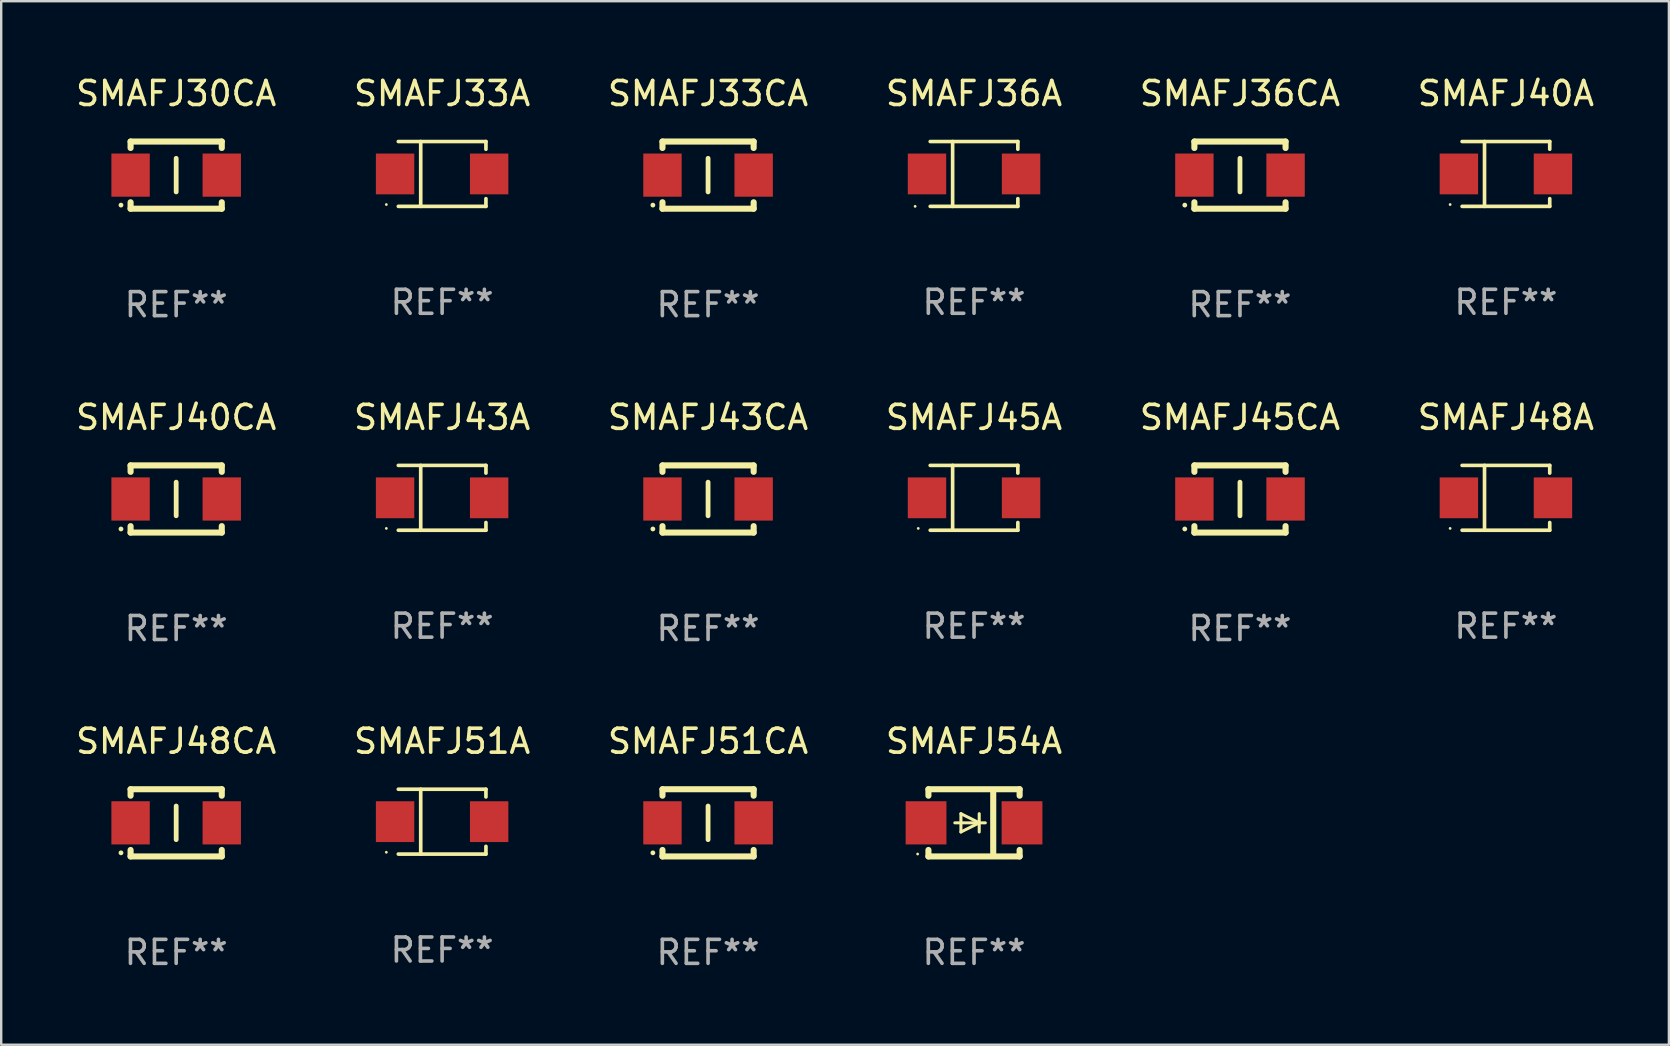
<source format=kicad_pcb>
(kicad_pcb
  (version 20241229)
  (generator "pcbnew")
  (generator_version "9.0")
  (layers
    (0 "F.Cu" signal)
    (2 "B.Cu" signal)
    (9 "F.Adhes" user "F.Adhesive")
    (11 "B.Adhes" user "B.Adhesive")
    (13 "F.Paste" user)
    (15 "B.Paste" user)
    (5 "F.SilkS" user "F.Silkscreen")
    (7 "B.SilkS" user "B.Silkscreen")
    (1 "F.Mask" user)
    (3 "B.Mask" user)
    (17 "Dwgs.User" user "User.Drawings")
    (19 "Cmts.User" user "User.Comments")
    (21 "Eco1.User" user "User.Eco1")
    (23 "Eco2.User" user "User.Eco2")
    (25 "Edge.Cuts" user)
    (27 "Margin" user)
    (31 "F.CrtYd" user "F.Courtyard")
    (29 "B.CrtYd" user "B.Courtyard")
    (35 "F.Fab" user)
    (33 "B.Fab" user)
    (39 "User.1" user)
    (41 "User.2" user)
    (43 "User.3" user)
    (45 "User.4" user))
  (footprint "SMAFJ51CA"
    (layer "F.Cu")
    (at 26.458 31.241)
    (property "Reference" "SMAFJ51CA" (at 0 -3.4 0) (layer "F.SilkS") (effects (font (size 1 1) (thickness 0.15))))
    (attr through_hole)
    (fp_line (start -1.9 -1.4) (end -1.9 -1.131) (stroke (width 0.254) (type solid)) (layer "F.SilkS"))
    (fp_line (start -1.9 -1.4) (end 1.9 -1.4) (stroke (width 0.254) (type solid)) (layer "F.SilkS"))
    (fp_line (start -1.9 1.131) (end -1.9 1.4) (stroke (width 0.254) (type solid)) (layer "F.SilkS"))
    (fp_line (start -1.9 1.4) (end 1.9 1.4) (stroke (width 0.254) (type solid)) (layer "F.SilkS"))
    (fp_line (start 0 -0.7) (end 0 0.7) (stroke (width 0.2) (type solid)) (layer "F.SilkS"))
    (fp_line (start 1.9 -1.4) (end 1.9 -1.131) (stroke (width 0.254) (type solid)) (layer "F.SilkS"))
    (fp_line (start 1.9 1.131) (end 1.9 1.4) (stroke (width 0.254) (type solid)) (layer "F.SilkS"))
    (fp_circle (center -2.3 1.25) (end -2.25 1.25) (stroke (width 0.1) (type solid)) (fill no) (layer "F.SilkS"))
    (fp_text user "REF**" (at 0 5.4 0) (layer "F.Fab") (effects (font (size 1 1) (thickness 0.15))))
    (pad "1" smd rect (at -1.9 0 180) (size 1.6 1.8) (layers "F.Cu" "F.Mask" "F.Paste"))
    (pad "2" smd rect (at 1.9 0 180) (size 1.6 1.8) (layers "F.Cu" "F.Mask" "F.Paste")))
  (footprint "SMAFJ43CA"
    (layer "F.Cu")
    (at 26.458 17.745)
    (property "Reference" "SMAFJ43CA" (at 0 -3.4 0) (layer "F.SilkS") (effects (font (size 1 1) (thickness 0.15))))
    (attr through_hole)
    (fp_line (start -1.9 -1.4) (end -1.9 -1.131) (stroke (width 0.254) (type solid)) (layer "F.SilkS"))
    (fp_line (start -1.9 -1.4) (end 1.9 -1.4) (stroke (width 0.254) (type solid)) (layer "F.SilkS"))
    (fp_line (start -1.9 1.131) (end -1.9 1.4) (stroke (width 0.254) (type solid)) (layer "F.SilkS"))
    (fp_line (start -1.9 1.4) (end 1.9 1.4) (stroke (width 0.254) (type solid)) (layer "F.SilkS"))
    (fp_line (start 0 -0.7) (end 0 0.7) (stroke (width 0.2) (type solid)) (layer "F.SilkS"))
    (fp_line (start 1.9 -1.4) (end 1.9 -1.131) (stroke (width 0.254) (type solid)) (layer "F.SilkS"))
    (fp_line (start 1.9 1.131) (end 1.9 1.4) (stroke (width 0.254) (type solid)) (layer "F.SilkS"))
    (fp_circle (center -2.3 1.25) (end -2.25 1.25) (stroke (width 0.1) (type solid)) (fill no) (layer "F.SilkS"))
    (fp_text user "REF**" (at 0 5.4 0) (layer "F.Fab") (effects (font (size 1 1) (thickness 0.15))))
    (pad "1" smd rect (at -1.9 0 180) (size 1.6 1.8) (layers "F.Cu" "F.Mask" "F.Paste"))
    (pad "2" smd rect (at 1.9 0 180) (size 1.6 1.8) (layers "F.Cu" "F.Mask" "F.Paste")))
  (footprint "SMAFJ36A"
    (layer "F.Cu")
    (at 37.542 4.199)
    (property "Reference" "SMAFJ36A" (at 0 -3.351 0) (layer "F.SilkS") (effects (font (size 1 1) (thickness 0.15))))
    (attr through_hole)
    (fp_line (start -1.826 -1.351) (end 1.826 -1.351) (stroke (width 0.152) (type solid)) (layer "F.SilkS"))
    (fp_line (start -1.826 1.351) (end 1.826 1.351) (stroke (width 0.152) (type solid)) (layer "F.SilkS"))
    (fp_line (start -0.892 -1.351) (end -0.892 1.351) (stroke (width 0.152) (type solid)) (layer "F.SilkS"))
    (fp_line (start 1.826 -1.351) (end 1.826 -1.03) (stroke (width 0.152) (type solid)) (layer "F.SilkS"))
    (fp_line (start 1.826 1.03) (end 1.826 1.351) (stroke (width 0.152) (type solid)) (layer "F.SilkS"))
    (fp_circle (center -2.455 1.35) (end -2.425 1.35) (stroke (width 0.06) (type solid)) (fill no) (layer "F.SilkS"))
    (fp_text user "REF**" (at 0 5.351 0) (layer "F.Fab") (effects (font (size 1 1) (thickness 0.15))))
    (pad "1" smd rect (at -1.96 0.000102 180) (size 1.6 1.7) (layers "F.Cu" "F.Mask" "F.Paste"))
    (pad "2" smd rect (at 1.96 0.000102 180) (size 1.6 1.7) (layers "F.Cu" "F.Mask" "F.Paste")))
  (footprint "SMAFJ45A"
    (layer "F.Cu")
    (at 37.542 17.696)
    (property "Reference" "SMAFJ45A" (at 0 -3.351 0) (layer "F.SilkS") (effects (font (size 1 1) (thickness 0.15))))
    (attr through_hole)
    (fp_line (start -1.826 -1.351) (end 1.826 -1.351) (stroke (width 0.152) (type solid)) (layer "F.SilkS"))
    (fp_line (start -1.826 1.351) (end 1.826 1.351) (stroke (width 0.152) (type solid)) (layer "F.SilkS"))
    (fp_line (start -0.892 -1.351) (end -0.892 1.351) (stroke (width 0.152) (type solid)) (layer "F.SilkS"))
    (fp_line (start 1.826 -1.351) (end 1.826 -1.03) (stroke (width 0.152) (type solid)) (layer "F.SilkS"))
    (fp_line (start 1.826 1.03) (end 1.826 1.351) (stroke (width 0.152) (type solid)) (layer "F.SilkS"))
    (fp_circle (center -2.325 1.275) (end -2.295 1.275) (stroke (width 0.06) (type solid)) (fill no) (layer "F.SilkS"))
    (fp_text user "REF**" (at 0 5.351 0) (layer "F.Fab") (effects (font (size 1 1) (thickness 0.15))))
    (pad "1" smd rect (at -1.96 0 180) (size 1.6 1.7) (layers "F.Cu" "F.Mask" "F.Paste"))
    (pad "2" smd rect (at 1.96 0 180) (size 1.6 1.7) (layers "F.Cu" "F.Mask" "F.Paste")))
  (footprint "SMAFJ51A"
    (layer "F.Cu")
    (at 15.375 31.192)
    (property "Reference" "SMAFJ51A" (at 0 -3.351 0) (layer "F.SilkS") (effects (font (size 1 1) (thickness 0.15))))
    (attr through_hole)
    (fp_line (start -1.826 -1.351) (end 1.826 -1.351) (stroke (width 0.152) (type solid)) (layer "F.SilkS"))
    (fp_line (start -1.826 1.351) (end 1.826 1.351) (stroke (width 0.152) (type solid)) (layer "F.SilkS"))
    (fp_line (start -0.892 -1.351) (end -0.892 1.351) (stroke (width 0.152) (type solid)) (layer "F.SilkS"))
    (fp_line (start 1.826 -1.351) (end 1.826 -1.03) (stroke (width 0.152) (type solid)) (layer "F.SilkS"))
    (fp_line (start 1.826 1.03) (end 1.826 1.351) (stroke (width 0.152) (type solid)) (layer "F.SilkS"))
    (fp_circle (center -2.325 1.275) (end -2.295 1.275) (stroke (width 0.06) (type solid)) (fill no) (layer "F.SilkS"))
    (fp_text user "REF**" (at 0 5.351 0) (layer "F.Fab") (effects (font (size 1 1) (thickness 0.15))))
    (pad "1" smd rect (at -1.96 0 180) (size 1.6 1.7) (layers "F.Cu" "F.Mask" "F.Paste"))
    (pad "2" smd rect (at 1.96 0 180) (size 1.6 1.7) (layers "F.Cu" "F.Mask" "F.Paste")))
  (footprint "SMAFJ54A"
    (layer "F.Cu")
    (at 37.542 31.241)
    (property "Reference" "SMAFJ54A" (at 0 -3.4 0) (layer "F.SilkS") (effects (font (size 1 1) (thickness 0.15))))
    (attr through_hole)
    (fp_line (start -1.9 -1.4) (end -1.9 -1.131) (stroke (width 0.254) (type solid)) (layer "F.SilkS"))
    (fp_line (start -1.9 -1.4) (end 1.9 -1.4) (stroke (width 0.254) (type solid)) (layer "F.SilkS"))
    (fp_line (start -1.9 1.131) (end -1.9 1.4) (stroke (width 0.254) (type solid)) (layer "F.SilkS"))
    (fp_line (start -1.9 1.4) (end 1.9 1.4) (stroke (width 0.254) (type solid)) (layer "F.SilkS"))
    (fp_line (start -0.8 0) (end 0.47 0) (stroke (width 0.127) (type solid)) (layer "F.SilkS"))
    (fp_line (start -0.546 -0.381) (end 0.216 0) (stroke (width 0.127) (type solid)) (layer "F.SilkS"))
    (fp_line (start -0.546 0) (end -0.546 -0.381) (stroke (width 0.127) (type solid)) (layer "F.SilkS"))
    (fp_line (start -0.546 0) (end -0.546 0.381) (stroke (width 0.127) (type solid)) (layer "F.SilkS"))
    (fp_line (start -0.546 0.381) (end 0.216 0) (stroke (width 0.127) (type solid)) (layer "F.SilkS"))
    (fp_line (start 0.216 0) (end 0.216 -0.381) (stroke (width 0.127) (type solid)) (layer "F.SilkS"))
    (fp_line (start 0.216 0) (end 0.216 0.381) (stroke (width 0.127) (type solid)) (layer "F.SilkS"))
    (fp_line (start 0.8 1.25) (end 0.8 -1.25) (stroke (width 0.254) (type solid)) (layer "F.SilkS"))
    (fp_line (start 1.9 -1.4) (end 1.9 -1.131) (stroke (width 0.254) (type solid)) (layer "F.SilkS"))
    (fp_line (start 1.9 1.131) (end 1.9 1.4) (stroke (width 0.254) (type solid)) (layer "F.SilkS"))
    (fp_circle (center -2.35 1.3) (end -2.32 1.3) (stroke (width 0.06) (type solid)) (fill no) (layer "F.SilkS"))
    (fp_text user "REF**" (at 0 5.4 0) (layer "F.Fab") (effects (font (size 1 1) (thickness 0.15))))
    (pad "1" smd rect (at -2 0 180) (size 1.7 1.8) (layers "F.Cu" "F.Mask" "F.Paste"))
    (pad "2" smd rect (at 2 0 180) (size 1.7 1.8) (layers "F.Cu" "F.Mask" "F.Paste")))
  (footprint "SMAFJ45CA"
    (layer "F.Cu")
    (at 48.625 17.745)
    (property "Reference" "SMAFJ45CA" (at 0 -3.4 0) (layer "F.SilkS") (effects (font (size 1 1) (thickness 0.15))))
    (attr through_hole)
    (fp_line (start -1.9 -1.4) (end -1.9 -1.131) (stroke (width 0.254) (type solid)) (layer "F.SilkS"))
    (fp_line (start -1.9 -1.4) (end 1.9 -1.4) (stroke (width 0.254) (type solid)) (layer "F.SilkS"))
    (fp_line (start -1.9 1.131) (end -1.9 1.4) (stroke (width 0.254) (type solid)) (layer "F.SilkS"))
    (fp_line (start -1.9 1.4) (end 1.9 1.4) (stroke (width 0.254) (type solid)) (layer "F.SilkS"))
    (fp_line (start 0 -0.7) (end 0 0.7) (stroke (width 0.2) (type solid)) (layer "F.SilkS"))
    (fp_line (start 1.9 -1.4) (end 1.9 -1.131) (stroke (width 0.254) (type solid)) (layer "F.SilkS"))
    (fp_line (start 1.9 1.131) (end 1.9 1.4) (stroke (width 0.254) (type solid)) (layer "F.SilkS"))
    (fp_circle (center -2.3 1.25) (end -2.25 1.25) (stroke (width 0.1) (type solid)) (fill no) (layer "F.SilkS"))
    (fp_text user "REF**" (at 0 5.4 0) (layer "F.Fab") (effects (font (size 1 1) (thickness 0.15))))
    (pad "1" smd rect (at -1.9 0 180) (size 1.6 1.8) (layers "F.Cu" "F.Mask" "F.Paste"))
    (pad "2" smd rect (at 1.9 0 180) (size 1.6 1.8) (layers "F.Cu" "F.Mask" "F.Paste")))
  (footprint "SMAFJ48CA"
    (layer "F.Cu")
    (at 4.292 31.241)
    (property "Reference" "SMAFJ48CA" (at 0 -3.4 0) (layer "F.SilkS") (effects (font (size 1 1) (thickness 0.15))))
    (attr through_hole)
    (fp_line (start -1.9 -1.4) (end -1.9 -1.131) (stroke (width 0.254) (type solid)) (layer "F.SilkS"))
    (fp_line (start -1.9 -1.4) (end 1.9 -1.4) (stroke (width 0.254) (type solid)) (layer "F.SilkS"))
    (fp_line (start -1.9 1.131) (end -1.9 1.4) (stroke (width 0.254) (type solid)) (layer "F.SilkS"))
    (fp_line (start -1.9 1.4) (end 1.9 1.4) (stroke (width 0.254) (type solid)) (layer "F.SilkS"))
    (fp_line (start 0 -0.7) (end 0 0.7) (stroke (width 0.2) (type solid)) (layer "F.SilkS"))
    (fp_line (start 1.9 -1.4) (end 1.9 -1.131) (stroke (width 0.254) (type solid)) (layer "F.SilkS"))
    (fp_line (start 1.9 1.131) (end 1.9 1.4) (stroke (width 0.254) (type solid)) (layer "F.SilkS"))
    (fp_circle (center -2.3 1.25) (end -2.25 1.25) (stroke (width 0.1) (type solid)) (fill no) (layer "F.SilkS"))
    (fp_text user "REF**" (at 0 5.4 0) (layer "F.Fab") (effects (font (size 1 1) (thickness 0.15))))
    (pad "1" smd rect (at -1.9 0 180) (size 1.6 1.8) (layers "F.Cu" "F.Mask" "F.Paste"))
    (pad "2" smd rect (at 1.9 0 180) (size 1.6 1.8) (layers "F.Cu" "F.Mask" "F.Paste")))
  (footprint "SMAFJ30CA"
    (layer "F.Cu")
    (at 4.292 4.248)
    (property "Reference" "SMAFJ30CA" (at 0 -3.4 0) (layer "F.SilkS") (effects (font (size 1 1) (thickness 0.15))))
    (attr through_hole)
    (fp_line (start -1.9 -1.4) (end -1.9 -1.131) (stroke (width 0.254) (type solid)) (layer "F.SilkS"))
    (fp_line (start -1.9 -1.4) (end 1.9 -1.4) (stroke (width 0.254) (type solid)) (layer "F.SilkS"))
    (fp_line (start -1.9 1.131) (end -1.9 1.4) (stroke (width 0.254) (type solid)) (layer "F.SilkS"))
    (fp_line (start -1.9 1.4) (end 1.9 1.4) (stroke (width 0.254) (type solid)) (layer "F.SilkS"))
    (fp_line (start 0 -0.7) (end 0 0.7) (stroke (width 0.2) (type solid)) (layer "F.SilkS"))
    (fp_line (start 1.9 -1.4) (end 1.9 -1.131) (stroke (width 0.254) (type solid)) (layer "F.SilkS"))
    (fp_line (start 1.9 1.131) (end 1.9 1.4) (stroke (width 0.254) (type solid)) (layer "F.SilkS"))
    (fp_circle (center -2.3 1.25) (end -2.25 1.25) (stroke (width 0.1) (type solid)) (fill no) (layer "F.SilkS"))
    (fp_text user "REF**" (at 0 5.4 0) (layer "F.Fab") (effects (font (size 1 1) (thickness 0.15))))
    (pad "1" smd rect (at -1.9 0 180) (size 1.6 1.8) (layers "F.Cu" "F.Mask" "F.Paste"))
    (pad "2" smd rect (at 1.9 0 180) (size 1.6 1.8) (layers "F.Cu" "F.Mask" "F.Paste")))
  (footprint "SMAFJ33CA"
    (layer "F.Cu")
    (at 26.458 4.248)
    (property "Reference" "SMAFJ33CA" (at 0 -3.4 0) (layer "F.SilkS") (effects (font (size 1 1) (thickness 0.15))))
    (attr through_hole)
    (fp_line (start -1.9 -1.4) (end -1.9 -1.131) (stroke (width 0.254) (type solid)) (layer "F.SilkS"))
    (fp_line (start -1.9 -1.4) (end 1.9 -1.4) (stroke (width 0.254) (type solid)) (layer "F.SilkS"))
    (fp_line (start -1.9 1.131) (end -1.9 1.4) (stroke (width 0.254) (type solid)) (layer "F.SilkS"))
    (fp_line (start -1.9 1.4) (end 1.9 1.4) (stroke (width 0.254) (type solid)) (layer "F.SilkS"))
    (fp_line (start 0 -0.7) (end 0 0.7) (stroke (width 0.2) (type solid)) (layer "F.SilkS"))
    (fp_line (start 1.9 -1.4) (end 1.9 -1.131) (stroke (width 0.254) (type solid)) (layer "F.SilkS"))
    (fp_line (start 1.9 1.131) (end 1.9 1.4) (stroke (width 0.254) (type solid)) (layer "F.SilkS"))
    (fp_circle (center -2.3 1.25) (end -2.25 1.25) (stroke (width 0.1) (type solid)) (fill no) (layer "F.SilkS"))
    (fp_text user "REF**" (at 0 5.4 0) (layer "F.Fab") (effects (font (size 1 1) (thickness 0.15))))
    (pad "1" smd rect (at -1.9 0 180) (size 1.6 1.8) (layers "F.Cu" "F.Mask" "F.Paste"))
    (pad "2" smd rect (at 1.9 0 180) (size 1.6 1.8) (layers "F.Cu" "F.Mask" "F.Paste")))
  (footprint "SMAFJ33A"
    (layer "F.Cu")
    (at 15.375 4.199)
    (property "Reference" "SMAFJ33A" (at 0 -3.351 0) (layer "F.SilkS") (effects (font (size 1 1) (thickness 0.15))))
    (attr through_hole)
    (fp_line (start -1.826 -1.351) (end 1.826 -1.351) (stroke (width 0.152) (type solid)) (layer "F.SilkS"))
    (fp_line (start -1.826 1.351) (end 1.826 1.351) (stroke (width 0.152) (type solid)) (layer "F.SilkS"))
    (fp_line (start -0.892 -1.351) (end -0.892 1.351) (stroke (width 0.152) (type solid)) (layer "F.SilkS"))
    (fp_line (start 1.826 -1.351) (end 1.826 -1.03) (stroke (width 0.152) (type solid)) (layer "F.SilkS"))
    (fp_line (start 1.826 1.03) (end 1.826 1.351) (stroke (width 0.152) (type solid)) (layer "F.SilkS"))
    (fp_circle (center -2.325 1.275) (end -2.295 1.275) (stroke (width 0.06) (type solid)) (fill no) (layer "F.SilkS"))
    (fp_text user "REF**" (at 0 5.351 0) (layer "F.Fab") (effects (font (size 1 1) (thickness 0.15))))
    (pad "1" smd rect (at -1.96 0 180) (size 1.6 1.7) (layers "F.Cu" "F.Mask" "F.Paste"))
    (pad "2" smd rect (at 1.96 0 180) (size 1.6 1.7) (layers "F.Cu" "F.Mask" "F.Paste")))
  (footprint "SMAFJ40CA"
    (layer "F.Cu")
    (at 4.292 17.745)
    (property "Reference" "SMAFJ40CA" (at 0 -3.4 0) (layer "F.SilkS") (effects (font (size 1 1) (thickness 0.15))))
    (attr through_hole)
    (fp_line (start -1.9 -1.4) (end -1.9 -1.131) (stroke (width 0.254) (type solid)) (layer "F.SilkS"))
    (fp_line (start -1.9 -1.4) (end 1.9 -1.4) (stroke (width 0.254) (type solid)) (layer "F.SilkS"))
    (fp_line (start -1.9 1.131) (end -1.9 1.4) (stroke (width 0.254) (type solid)) (layer "F.SilkS"))
    (fp_line (start -1.9 1.4) (end 1.9 1.4) (stroke (width 0.254) (type solid)) (layer "F.SilkS"))
    (fp_line (start 0 -0.7) (end 0 0.7) (stroke (width 0.2) (type solid)) (layer "F.SilkS"))
    (fp_line (start 1.9 -1.4) (end 1.9 -1.131) (stroke (width 0.254) (type solid)) (layer "F.SilkS"))
    (fp_line (start 1.9 1.131) (end 1.9 1.4) (stroke (width 0.254) (type solid)) (layer "F.SilkS"))
    (fp_circle (center -2.3 1.25) (end -2.25 1.25) (stroke (width 0.1) (type solid)) (fill no) (layer "F.SilkS"))
    (fp_text user "REF**" (at 0 5.4 0) (layer "F.Fab") (effects (font (size 1 1) (thickness 0.15))))
    (pad "1" smd rect (at -1.9 0 180) (size 1.6 1.8) (layers "F.Cu" "F.Mask" "F.Paste"))
    (pad "2" smd rect (at 1.9 0 180) (size 1.6 1.8) (layers "F.Cu" "F.Mask" "F.Paste")))
  (footprint "SMAFJ43A"
    (layer "F.Cu")
    (at 15.375 17.696)
    (property "Reference" "SMAFJ43A" (at 0 -3.351 0) (layer "F.SilkS") (effects (font (size 1 1) (thickness 0.15))))
    (attr through_hole)
    (fp_line (start -1.826 -1.351) (end 1.826 -1.351) (stroke (width 0.152) (type solid)) (layer "F.SilkS"))
    (fp_line (start -1.826 1.351) (end 1.826 1.351) (stroke (width 0.152) (type solid)) (layer "F.SilkS"))
    (fp_line (start -0.892 -1.351) (end -0.892 1.351) (stroke (width 0.152) (type solid)) (layer "F.SilkS"))
    (fp_line (start 1.826 -1.351) (end 1.826 -1.03) (stroke (width 0.152) (type solid)) (layer "F.SilkS"))
    (fp_line (start 1.826 1.03) (end 1.826 1.351) (stroke (width 0.152) (type solid)) (layer "F.SilkS"))
    (fp_circle (center -2.325 1.275) (end -2.295 1.275) (stroke (width 0.06) (type solid)) (fill no) (layer "F.SilkS"))
    (fp_text user "REF**" (at 0 5.351 0) (layer "F.Fab") (effects (font (size 1 1) (thickness 0.15))))
    (pad "1" smd rect (at -1.96 0 180) (size 1.6 1.7) (layers "F.Cu" "F.Mask" "F.Paste"))
    (pad "2" smd rect (at 1.96 0 180) (size 1.6 1.7) (layers "F.Cu" "F.Mask" "F.Paste")))
  (footprint "SMAFJ40A"
    (layer "F.Cu")
    (at 59.708 4.199)
    (property "Reference" "SMAFJ40A" (at 0 -3.351 0) (layer "F.SilkS") (effects (font (size 1 1) (thickness 0.15))))
    (attr through_hole)
    (fp_line (start -1.826 -1.351) (end 1.826 -1.351) (stroke (width 0.152) (type solid)) (layer "F.SilkS"))
    (fp_line (start -1.826 1.351) (end 1.826 1.351) (stroke (width 0.152) (type solid)) (layer "F.SilkS"))
    (fp_line (start -0.892 -1.351) (end -0.892 1.351) (stroke (width 0.152) (type solid)) (layer "F.SilkS"))
    (fp_line (start 1.826 -1.351) (end 1.826 -1.03) (stroke (width 0.152) (type solid)) (layer "F.SilkS"))
    (fp_line (start 1.826 1.03) (end 1.826 1.351) (stroke (width 0.152) (type solid)) (layer "F.SilkS"))
    (fp_circle (center -2.325 1.275) (end -2.295 1.275) (stroke (width 0.06) (type solid)) (fill no) (layer "F.SilkS"))
    (fp_text user "REF**" (at 0 5.351 0) (layer "F.Fab") (effects (font (size 1 1) (thickness 0.15))))
    (pad "1" smd rect (at -1.96 0 180) (size 1.6 1.7) (layers "F.Cu" "F.Mask" "F.Paste"))
    (pad "2" smd rect (at 1.96 0 180) (size 1.6 1.7) (layers "F.Cu" "F.Mask" "F.Paste")))
  (footprint "SMAFJ36CA"
    (layer "F.Cu")
    (at 48.625 4.248)
    (property "Reference" "SMAFJ36CA" (at 0 -3.4 0) (layer "F.SilkS") (effects (font (size 1 1) (thickness 0.15))))
    (attr through_hole)
    (fp_line (start -1.9 -1.4) (end -1.9 -1.131) (stroke (width 0.254) (type solid)) (layer "F.SilkS"))
    (fp_line (start -1.9 -1.4) (end 1.9 -1.4) (stroke (width 0.254) (type solid)) (layer "F.SilkS"))
    (fp_line (start -1.9 1.131) (end -1.9 1.4) (stroke (width 0.254) (type solid)) (layer "F.SilkS"))
    (fp_line (start -1.9 1.4) (end 1.9 1.4) (stroke (width 0.254) (type solid)) (layer "F.SilkS"))
    (fp_line (start 0 -0.7) (end 0 0.7) (stroke (width 0.2) (type solid)) (layer "F.SilkS"))
    (fp_line (start 1.9 -1.4) (end 1.9 -1.131) (stroke (width 0.254) (type solid)) (layer "F.SilkS"))
    (fp_line (start 1.9 1.131) (end 1.9 1.4) (stroke (width 0.254) (type solid)) (layer "F.SilkS"))
    (fp_circle (center -2.3 1.25) (end -2.25 1.25) (stroke (width 0.1) (type solid)) (fill no) (layer "F.SilkS"))
    (fp_text user "REF**" (at 0 5.4 0) (layer "F.Fab") (effects (font (size 1 1) (thickness 0.15))))
    (pad "1" smd rect (at -1.9 0 180) (size 1.6 1.8) (layers "F.Cu" "F.Mask" "F.Paste"))
    (pad "2" smd rect (at 1.9 0 180) (size 1.6 1.8) (layers "F.Cu" "F.Mask" "F.Paste")))
  (footprint "SMAFJ48A"
    (layer "F.Cu")
    (at 59.708 17.696)
    (property "Reference" "SMAFJ48A" (at 0 -3.351 0) (layer "F.SilkS") (effects (font (size 1 1) (thickness 0.15))))
    (attr through_hole)
    (fp_line (start -1.826 -1.351) (end 1.826 -1.351) (stroke (width 0.152) (type solid)) (layer "F.SilkS"))
    (fp_line (start -1.826 1.351) (end 1.826 1.351) (stroke (width 0.152) (type solid)) (layer "F.SilkS"))
    (fp_line (start -0.892 -1.351) (end -0.892 1.351) (stroke (width 0.152) (type solid)) (layer "F.SilkS"))
    (fp_line (start 1.826 -1.351) (end 1.826 -1.03) (stroke (width 0.152) (type solid)) (layer "F.SilkS"))
    (fp_line (start 1.826 1.03) (end 1.826 1.351) (stroke (width 0.152) (type solid)) (layer "F.SilkS"))
    (fp_circle (center -2.325 1.275) (end -2.295 1.275) (stroke (width 0.06) (type solid)) (fill no) (layer "F.SilkS"))
    (fp_text user "REF**" (at 0 5.351 0) (layer "F.Fab") (effects (font (size 1 1) (thickness 0.15))))
    (pad "1" smd rect (at -1.96 0 180) (size 1.6 1.7) (layers "F.Cu" "F.Mask" "F.Paste"))
    (pad "2" smd rect (at 1.96 0 180) (size 1.6 1.7) (layers "F.Cu" "F.Mask" "F.Paste")))
  (gr_rect
    (start -3 -3)
    (end 66.5 40.489)
    (stroke (width 0.1) (type default))
    (fill no)
    (layer "Edge.Cuts")))
</source>
